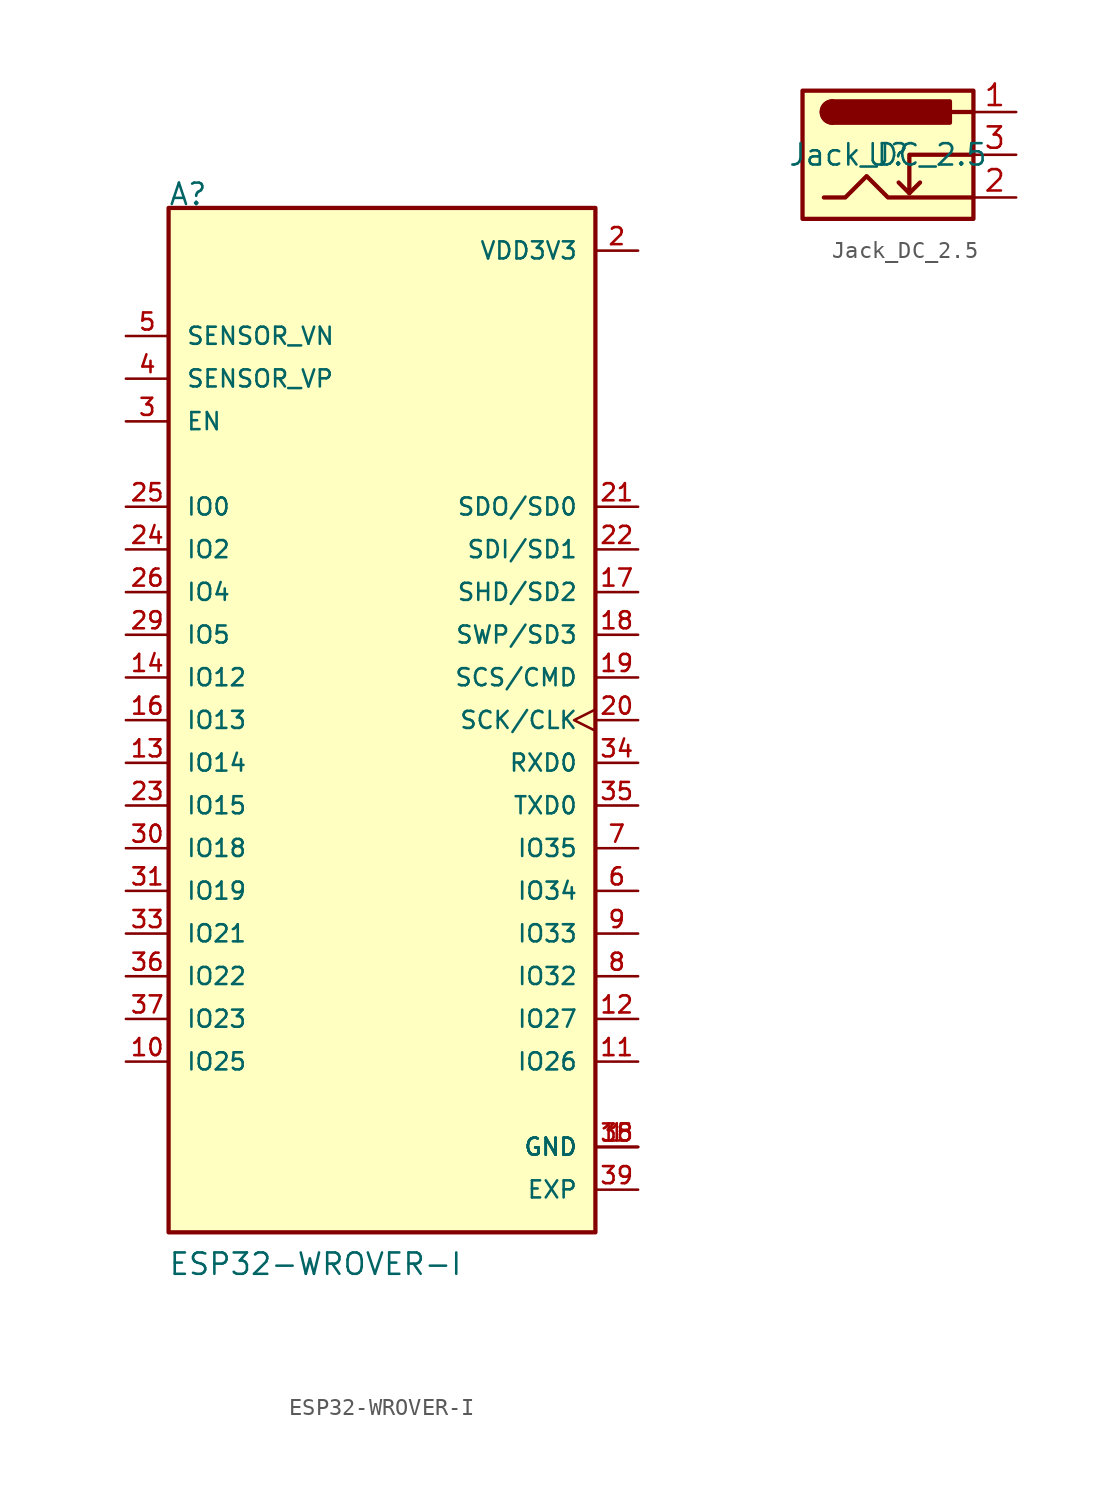
<source format=kicad_sym>
(kicad_symbol_lib
  (version 20211014)
  (generator kicad_symbol_editor)
  (symbol "ESP32-WROVER-I"
    (pin_names
      (offset 1.016))
    (property "Reference" "A"
      (at -12.731 30.554 0)
      (effects (font (size 1.27 1.27)) (justify left bottom)))
    (property "Value" "ESP32-WROVER-I"
      (at -12.736 -33.11 0)
      (effects (font (size 1.27 1.27)) (justify left bottom)))
    (symbol "ESP32-WROVER-I_0_0"
      (rectangle (start -12.7 -30.48) (end 12.7 30.48) (stroke (width 0.254) (type default) (color 0 0 0 0)) (fill (type background)))
      (pin power_in line (at 15.24 -25.4 180) (length 2.54) (name "GND" (effects (font (size 1.016 1.016)))) (number "1" (effects (font (size 1.016 1.016)))))
      (pin bidirectional line (at -15.24 -20.32 0) (length 2.54) (name "IO25" (effects (font (size 1.016 1.016)))) (number "10" (effects (font (size 1.016 1.016)))))
      (pin bidirectional line (at 15.24 -20.32 180) (length 2.54) (name "IO26" (effects (font (size 1.016 1.016)))) (number "11" (effects (font (size 1.016 1.016)))))
      (pin bidirectional line (at 15.24 -17.78 180) (length 2.54) (name "IO27" (effects (font (size 1.016 1.016)))) (number "12" (effects (font (size 1.016 1.016)))))
      (pin bidirectional line (at -15.24 -2.54 0) (length 2.54) (name "IO14" (effects (font (size 1.016 1.016)))) (number "13" (effects (font (size 1.016 1.016)))))
      (pin bidirectional line (at -15.24 2.54 0) (length 2.54) (name "IO12" (effects (font (size 1.016 1.016)))) (number "14" (effects (font (size 1.016 1.016)))))
      (pin power_in line (at 15.24 -25.4 180) (length 2.54) (name "GND" (effects (font (size 1.016 1.016)))) (number "15" (effects (font (size 1.016 1.016)))))
      (pin bidirectional line (at -15.24 0 0) (length 2.54) (name "IO13" (effects (font (size 1.016 1.016)))) (number "16" (effects (font (size 1.016 1.016)))))
      (pin bidirectional line (at 15.24 7.62 180) (length 2.54) (name "SHD/SD2" (effects (font (size 1.016 1.016)))) (number "17" (effects (font (size 1.016 1.016)))))
      (pin bidirectional line (at 15.24 5.08 180) (length 2.54) (name "SWP/SD3" (effects (font (size 1.016 1.016)))) (number "18" (effects (font (size 1.016 1.016)))))
      (pin bidirectional line (at 15.24 2.54 180) (length 2.54) (name "SCS/CMD" (effects (font (size 1.016 1.016)))) (number "19" (effects (font (size 1.016 1.016)))))
      (pin power_in line (at 15.24 27.94 180) (length 2.54) (name "VDD3V3" (effects (font (size 1.016 1.016)))) (number "2" (effects (font (size 1.016 1.016)))))
      (pin bidirectional clock (at 15.24 0 180) (length 2.54) (name "SCK/CLK" (effects (font (size 1.016 1.016)))) (number "20" (effects (font (size 1.016 1.016)))))
      (pin bidirectional line (at 15.24 12.7 180) (length 2.54) (name "SDO/SD0" (effects (font (size 1.016 1.016)))) (number "21" (effects (font (size 1.016 1.016)))))
      (pin bidirectional line (at 15.24 10.16 180) (length 2.54) (name "SDI/SD1" (effects (font (size 1.016 1.016)))) (number "22" (effects (font (size 1.016 1.016)))))
      (pin bidirectional line (at -15.24 -5.08 0) (length 2.54) (name "IO15" (effects (font (size 1.016 1.016)))) (number "23" (effects (font (size 1.016 1.016)))))
      (pin bidirectional line (at -15.24 10.16 0) (length 2.54) (name "IO2" (effects (font (size 1.016 1.016)))) (number "24" (effects (font (size 1.016 1.016)))))
      (pin bidirectional line (at -15.24 12.7 0) (length 2.54) (name "IO0" (effects (font (size 1.016 1.016)))) (number "25" (effects (font (size 1.016 1.016)))))
      (pin bidirectional line (at -15.24 7.62 0) (length 2.54) (name "IO4" (effects (font (size 1.016 1.016)))) (number "26" (effects (font (size 1.016 1.016)))))
      (pin bidirectional line (at -15.24 5.08 0) (length 2.54) (name "IO5" (effects (font (size 1.016 1.016)))) (number "29" (effects (font (size 1.016 1.016)))))
      (pin input line (at -15.24 17.78 0) (length 2.54) (name "EN" (effects (font (size 1.016 1.016)))) (number "3" (effects (font (size 1.016 1.016)))))
      (pin bidirectional line (at -15.24 -7.62 0) (length 2.54) (name "IO18" (effects (font (size 1.016 1.016)))) (number "30" (effects (font (size 1.016 1.016)))))
      (pin bidirectional line (at -15.24 -10.16 0) (length 2.54) (name "IO19" (effects (font (size 1.016 1.016)))) (number "31" (effects (font (size 1.016 1.016)))))
      (pin bidirectional line (at -15.24 -12.7 0) (length 2.54) (name "IO21" (effects (font (size 1.016 1.016)))) (number "33" (effects (font (size 1.016 1.016)))))
      (pin bidirectional line (at 15.24 -2.54 180) (length 2.54) (name "RXD0" (effects (font (size 1.016 1.016)))) (number "34" (effects (font (size 1.016 1.016)))))
      (pin bidirectional line (at 15.24 -5.08 180) (length 2.54) (name "TXD0" (effects (font (size 1.016 1.016)))) (number "35" (effects (font (size 1.016 1.016)))))
      (pin bidirectional line (at -15.24 -15.24 0) (length 2.54) (name "IO22" (effects (font (size 1.016 1.016)))) (number "36" (effects (font (size 1.016 1.016)))))
      (pin bidirectional line (at -15.24 -17.78 0) (length 2.54) (name "IO23" (effects (font (size 1.016 1.016)))) (number "37" (effects (font (size 1.016 1.016)))))
      (pin power_in line (at 15.24 -25.4 180) (length 2.54) (name "GND" (effects (font (size 1.016 1.016)))) (number "38" (effects (font (size 1.016 1.016)))))
      (pin power_in line (at 15.24 -27.94 180) (length 2.54) (name "EXP" (effects (font (size 1.016 1.016)))) (number "39" (effects (font (size 1.016 1.016)))))
      (pin input line (at -15.24 20.32 0) (length 2.54) (name "SENSOR_VP" (effects (font (size 1.016 1.016)))) (number "4" (effects (font (size 1.016 1.016)))))
      (pin input line (at -15.24 22.86 0) (length 2.54) (name "SENSOR_VN" (effects (font (size 1.016 1.016)))) (number "5" (effects (font (size 1.016 1.016)))))
      (pin input line (at 15.24 -10.16 180) (length 2.54) (name "IO34" (effects (font (size 1.016 1.016)))) (number "6" (effects (font (size 1.016 1.016)))))
      (pin input line (at 15.24 -7.62 180) (length 2.54) (name "IO35" (effects (font (size 1.016 1.016)))) (number "7" (effects (font (size 1.016 1.016)))))
      (pin bidirectional line (at 15.24 -15.24 180) (length 2.54) (name "IO32" (effects (font (size 1.016 1.016)))) (number "8" (effects (font (size 1.016 1.016)))))
      (pin bidirectional line (at 15.24 -12.7 180) (length 2.54) (name "IO33" (effects (font (size 1.016 1.016)))) (number "9" (effects (font (size 1.016 1.016)))))))
  (symbol "Jack_DC_2.5"
    (property "Reference" "U"
      (at 0 0 0)
      (effects (font (size 1.27 1.27))))
    (property "Value" "Jack_DC_2.5"
      (at 0 0 0)
      (effects (font (size 1.27 1.27))))
    (symbol "Jack_DC_2.5_0_1"
      (rectangle (start -5.08 3.81) (end 5.08 -3.81) (stroke (width 0.254) (type default) (color 0 0 0 0)) (fill (type background)))
      (arc (start -3.302 3.175) (mid -3.937 2.54) (end -3.302 1.905) (stroke (width 0.254) (type default) (color 0 0 0 0)) (fill (type none)))
      (arc (start -3.302 3.175) (mid -3.937 2.54) (end -3.302 1.905) (stroke (width 0.254) (type default) (color 0 0 0 0)) (fill (type outline)))
      (polyline (pts (xy 1.27 -2.286) (xy 1.905 -1.651)) (stroke (width 0.254) (type default) (color 0 0 0 0)) (fill (type none)))
      (polyline (pts (xy 5.08 2.54) (xy 3.81 2.54)) (stroke (width 0.254) (type default) (color 0 0 0 0)) (fill (type none)))
      (polyline (pts (xy 5.08 0) (xy 1.27 0) (xy 1.27 -2.286) (xy 0.635 -1.651)) (stroke (width 0.254) (type default) (color 0 0 0 0)) (fill (type none)))
      (polyline (pts (xy -3.81 -2.54) (xy -2.54 -2.54) (xy -1.27 -1.27) (xy 0 -2.54) (xy 2.54 -2.54) (xy 5.08 -2.54)) (stroke (width 0.254) (type default) (color 0 0 0 0)) (fill (type none)))
      (rectangle (start 3.683 3.175) (end -3.302 1.905) (stroke (width 0.254) (type default) (color 0 0 0 0)) (fill (type outline))))
    (symbol "Jack_DC_2.5_1_1"
      (pin passive line (at 7.62 2.54 180) (length 2.54) (name "~" (effects (font (size 1.27 1.27)))) (number "1" (effects (font (size 1.27 1.27)))))
      (pin passive line (at 7.62 -2.54 180) (length 2.54) (name "~" (effects (font (size 1.27 1.27)))) (number "2" (effects (font (size 1.27 1.27)))))
      (pin passive line (at 7.62 0 180) (length 2.54) (name "~" (effects (font (size 1.27 1.27)))) (number "3" (effects (font (size 1.27 1.27))))))))
</source>
